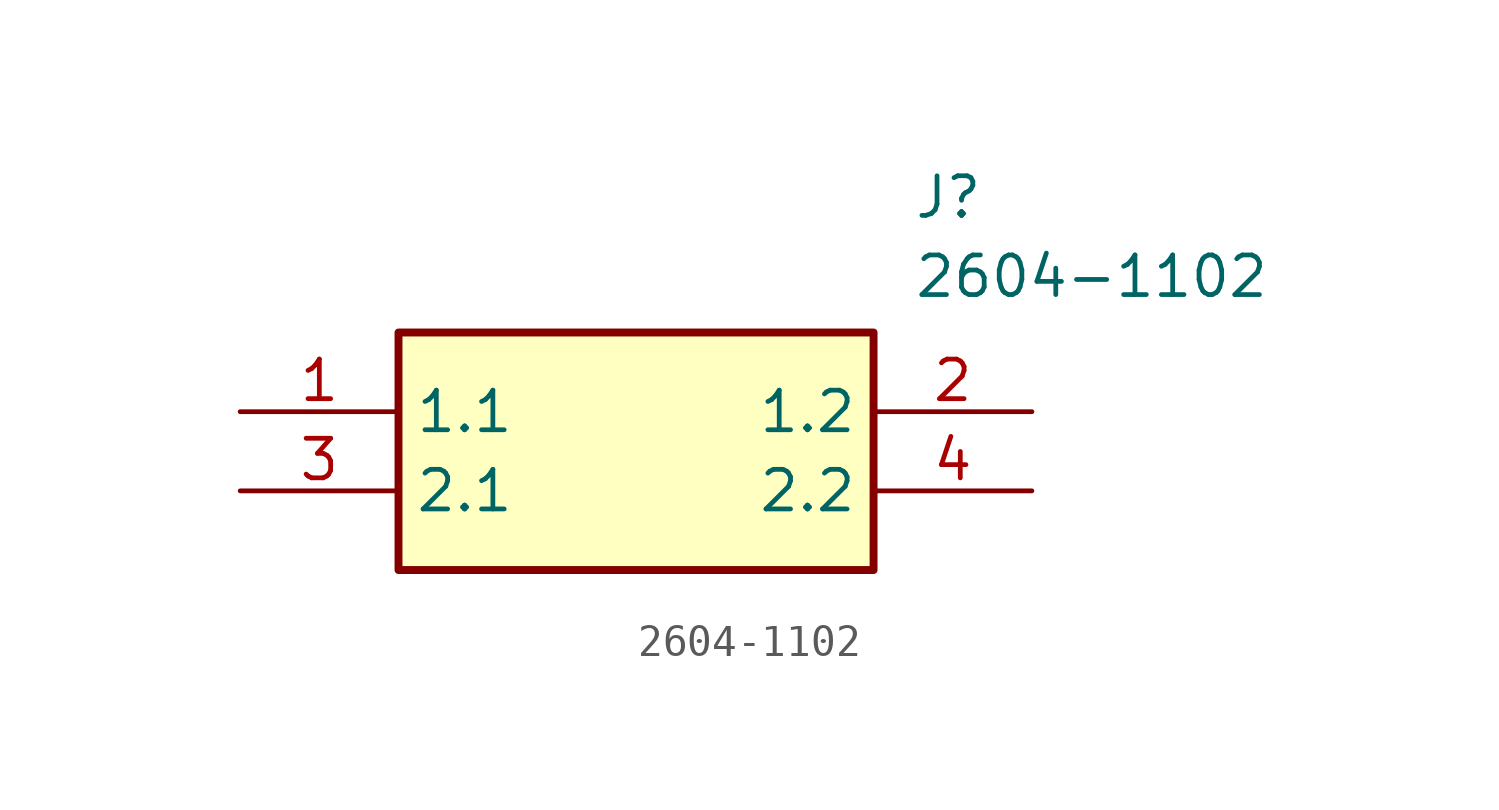
<source format=kicad_sym>
(kicad_symbol_lib
  (version 20211014)
  (generator SamacSys_ECAD_Model)
  (symbol "2604-1102"
    (property "Reference" "J"
      (at 21.59 7.62 0)
      (effects (font (size 1.27 1.27)) (justify left top)))
    (property "Value" "2604-1102"
      (at 21.59 5.08 0)
      (effects (font (size 1.27 1.27)) (justify left top)))
    (rectangle
      (start 5.08 2.54)
      (end 20.32 -5.08)
      (stroke (width 0.254) (type default))
      (fill (type background)))
    (pin passive line
      (at 0 0 0)
      (length 5.08)
      (name "1.1" (effects (font (size 1.27 1.27))))
      (number "1" (effects (font (size 1.27 1.27)))))
    (pin passive line
      (at 25.4 0 180)
      (length 5.08)
      (name "1.2" (effects (font (size 1.27 1.27))))
      (number "2" (effects (font (size 1.27 1.27)))))
    (pin passive line
      (at 0 -2.54 0)
      (length 5.08)
      (name "2.1" (effects (font (size 1.27 1.27))))
      (number "3" (effects (font (size 1.27 1.27)))))
    (pin passive line
      (at 25.4 -2.54 180)
      (length 5.08)
      (name "2.2" (effects (font (size 1.27 1.27))))
      (number "4" (effects (font (size 1.27 1.27)))))))
</source>
